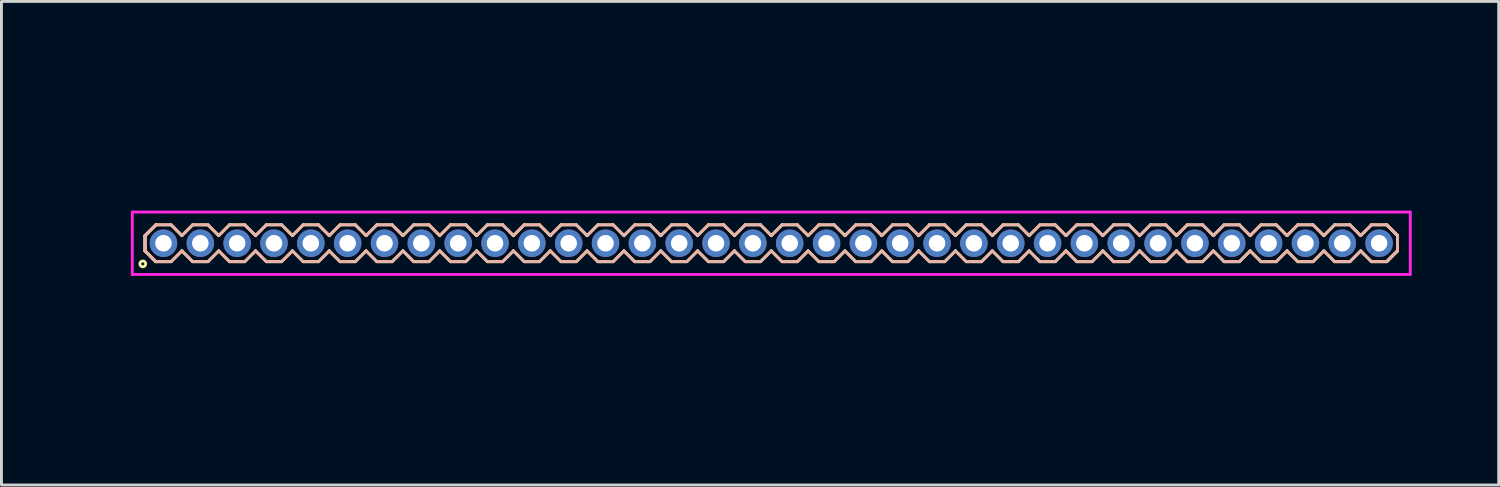
<source format=kicad_pcb>
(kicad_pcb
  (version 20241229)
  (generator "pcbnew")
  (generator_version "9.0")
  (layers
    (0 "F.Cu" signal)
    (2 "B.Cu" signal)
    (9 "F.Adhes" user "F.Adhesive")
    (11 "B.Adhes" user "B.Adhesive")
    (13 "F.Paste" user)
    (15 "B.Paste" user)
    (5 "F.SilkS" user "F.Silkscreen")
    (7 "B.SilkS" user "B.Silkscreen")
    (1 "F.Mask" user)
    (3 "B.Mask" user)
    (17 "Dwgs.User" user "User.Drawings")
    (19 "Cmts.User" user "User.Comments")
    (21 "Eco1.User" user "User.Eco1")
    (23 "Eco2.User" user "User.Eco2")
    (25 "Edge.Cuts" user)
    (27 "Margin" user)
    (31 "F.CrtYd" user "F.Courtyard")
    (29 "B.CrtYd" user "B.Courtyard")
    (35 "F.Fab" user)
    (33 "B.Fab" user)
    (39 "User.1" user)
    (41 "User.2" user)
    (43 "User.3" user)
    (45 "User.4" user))
  (footprint "HDR127P34x1"
    (layer "F.Cu")
    (at 23.541 5.336)
    (property "Reference" "HDR127P34x1" (at -22.78 0 90) (layer "User.1") (effects (font (size 1 1) (thickness 0.1))))
    (attr through_hole)
    (fp_line (start -21.59 -0.263) (end -21.218 -0.635) (stroke (width 0.1) (type solid)) (layer "F.SilkS"))
    (fp_line (start -21.59 -0.263) (end -21.218 -0.635) (stroke (width 0.1) (type solid)) (layer "F.SilkS"))
    (fp_line (start -21.59 0.263) (end -21.59 -0.263) (stroke (width 0.1) (type solid)) (layer "F.SilkS"))
    (fp_line (start -21.59 0.263) (end -21.59 -0.263) (stroke (width 0.1) (type solid)) (layer "F.SilkS"))
    (fp_line (start -21.218 -0.635) (end -20.692 -0.635) (stroke (width 0.1) (type solid)) (layer "F.SilkS"))
    (fp_line (start -21.218 0.635) (end -21.59 0.263) (stroke (width 0.1) (type solid)) (layer "F.SilkS"))
    (fp_line (start -21.218 0.635) (end -21.59 0.263) (stroke (width 0.1) (type solid)) (layer "F.SilkS"))
    (fp_line (start -20.692 -0.635) (end -20.32 -0.263) (stroke (width 0.1) (type solid)) (layer "F.SilkS"))
    (fp_line (start -20.692 0.635) (end -21.218 0.635) (stroke (width 0.1) (type solid)) (layer "F.SilkS"))
    (fp_line (start -20.32 -0.263) (end -19.948 -0.635) (stroke (width 0.1) (type solid)) (layer "F.SilkS"))
    (fp_line (start -20.32 0.263) (end -20.692 0.635) (stroke (width 0.1) (type solid)) (layer "F.SilkS"))
    (fp_line (start -19.948 -0.635) (end -19.422 -0.635) (stroke (width 0.1) (type solid)) (layer "F.SilkS"))
    (fp_line (start -19.948 0.635) (end -20.32 0.263) (stroke (width 0.1) (type solid)) (layer "F.SilkS"))
    (fp_line (start -19.422 -0.635) (end -19.05 -0.263) (stroke (width 0.1) (type solid)) (layer "F.SilkS"))
    (fp_line (start -19.422 0.635) (end -19.948 0.635) (stroke (width 0.1) (type solid)) (layer "F.SilkS"))
    (fp_line (start -19.05 -0.263) (end -18.678 -0.635) (stroke (width 0.1) (type solid)) (layer "F.SilkS"))
    (fp_line (start -19.05 0.263) (end -19.422 0.635) (stroke (width 0.1) (type solid)) (layer "F.SilkS"))
    (fp_line (start -18.678 -0.635) (end -18.152 -0.635) (stroke (width 0.1) (type solid)) (layer "F.SilkS"))
    (fp_line (start -18.678 0.635) (end -19.05 0.263) (stroke (width 0.1) (type solid)) (layer "F.SilkS"))
    (fp_line (start -18.152 -0.635) (end -17.78 -0.263) (stroke (width 0.1) (type solid)) (layer "F.SilkS"))
    (fp_line (start -18.152 0.635) (end -18.678 0.635) (stroke (width 0.1) (type solid)) (layer "F.SilkS"))
    (fp_line (start -17.78 -0.263) (end -17.408 -0.635) (stroke (width 0.1) (type solid)) (layer "F.SilkS"))
    (fp_line (start -17.78 0.263) (end -18.152 0.635) (stroke (width 0.1) (type solid)) (layer "F.SilkS"))
    (fp_line (start -17.408 -0.635) (end -16.882 -0.635) (stroke (width 0.1) (type solid)) (layer "F.SilkS"))
    (fp_line (start -17.408 0.635) (end -17.78 0.263) (stroke (width 0.1) (type solid)) (layer "F.SilkS"))
    (fp_line (start -16.882 -0.635) (end -16.51 -0.263) (stroke (width 0.1) (type solid)) (layer "F.SilkS"))
    (fp_line (start -16.882 0.635) (end -17.408 0.635) (stroke (width 0.1) (type solid)) (layer "F.SilkS"))
    (fp_line (start -16.51 -0.263) (end -16.138 -0.635) (stroke (width 0.1) (type solid)) (layer "F.SilkS"))
    (fp_line (start -16.51 0.263) (end -16.882 0.635) (stroke (width 0.1) (type solid)) (layer "F.SilkS"))
    (fp_line (start -16.138 -0.635) (end -15.612 -0.635) (stroke (width 0.1) (type solid)) (layer "F.SilkS"))
    (fp_line (start -16.138 0.635) (end -16.51 0.263) (stroke (width 0.1) (type solid)) (layer "F.SilkS"))
    (fp_line (start -15.612 -0.635) (end -15.24 -0.263) (stroke (width 0.1) (type solid)) (layer "F.SilkS"))
    (fp_line (start -15.612 0.635) (end -16.138 0.635) (stroke (width 0.1) (type solid)) (layer "F.SilkS"))
    (fp_line (start -15.24 -0.263) (end -14.868 -0.635) (stroke (width 0.1) (type solid)) (layer "F.SilkS"))
    (fp_line (start -15.24 0.263) (end -15.612 0.635) (stroke (width 0.1) (type solid)) (layer "F.SilkS"))
    (fp_line (start -14.868 -0.635) (end -14.342 -0.635) (stroke (width 0.1) (type solid)) (layer "F.SilkS"))
    (fp_line (start -14.868 0.635) (end -15.24 0.263) (stroke (width 0.1) (type solid)) (layer "F.SilkS"))
    (fp_line (start -14.342 -0.635) (end -13.97 -0.263) (stroke (width 0.1) (type solid)) (layer "F.SilkS"))
    (fp_line (start -14.342 0.635) (end -14.868 0.635) (stroke (width 0.1) (type solid)) (layer "F.SilkS"))
    (fp_line (start -13.97 -0.263) (end -13.598 -0.635) (stroke (width 0.1) (type solid)) (layer "F.SilkS"))
    (fp_line (start -13.97 0.263) (end -14.342 0.635) (stroke (width 0.1) (type solid)) (layer "F.SilkS"))
    (fp_line (start -13.598 -0.635) (end -13.072 -0.635) (stroke (width 0.1) (type solid)) (layer "F.SilkS"))
    (fp_line (start -13.598 0.635) (end -13.97 0.263) (stroke (width 0.1) (type solid)) (layer "F.SilkS"))
    (fp_line (start -13.072 -0.635) (end -12.7 -0.263) (stroke (width 0.1) (type solid)) (layer "F.SilkS"))
    (fp_line (start -13.072 0.635) (end -13.598 0.635) (stroke (width 0.1) (type solid)) (layer "F.SilkS"))
    (fp_line (start -12.7 -0.263) (end -12.328 -0.635) (stroke (width 0.1) (type solid)) (layer "F.SilkS"))
    (fp_line (start -12.7 0.263) (end -13.072 0.635) (stroke (width 0.1) (type solid)) (layer "F.SilkS"))
    (fp_line (start -12.328 -0.635) (end -11.802 -0.635) (stroke (width 0.1) (type solid)) (layer "F.SilkS"))
    (fp_line (start -12.328 0.635) (end -12.7 0.263) (stroke (width 0.1) (type solid)) (layer "F.SilkS"))
    (fp_line (start -11.802 -0.635) (end -11.43 -0.263) (stroke (width 0.1) (type solid)) (layer "F.SilkS"))
    (fp_line (start -11.802 0.635) (end -12.328 0.635) (stroke (width 0.1) (type solid)) (layer "F.SilkS"))
    (fp_line (start -11.43 -0.263) (end -11.058 -0.635) (stroke (width 0.1) (type solid)) (layer "F.SilkS"))
    (fp_line (start -11.43 0.263) (end -11.802 0.635) (stroke (width 0.1) (type solid)) (layer "F.SilkS"))
    (fp_line (start -11.058 -0.635) (end -10.532 -0.635) (stroke (width 0.1) (type solid)) (layer "F.SilkS"))
    (fp_line (start -11.058 0.635) (end -11.43 0.263) (stroke (width 0.1) (type solid)) (layer "F.SilkS"))
    (fp_line (start -10.532 -0.635) (end -10.16 -0.263) (stroke (width 0.1) (type solid)) (layer "F.SilkS"))
    (fp_line (start -10.532 0.635) (end -11.058 0.635) (stroke (width 0.1) (type solid)) (layer "F.SilkS"))
    (fp_line (start -10.16 -0.263) (end -9.788 -0.635) (stroke (width 0.1) (type solid)) (layer "F.SilkS"))
    (fp_line (start -10.16 0.263) (end -10.532 0.635) (stroke (width 0.1) (type solid)) (layer "F.SilkS"))
    (fp_line (start -9.788 -0.635) (end -9.262 -0.635) (stroke (width 0.1) (type solid)) (layer "F.SilkS"))
    (fp_line (start -9.788 0.635) (end -10.16 0.263) (stroke (width 0.1) (type solid)) (layer "F.SilkS"))
    (fp_line (start -9.262 -0.635) (end -8.89 -0.263) (stroke (width 0.1) (type solid)) (layer "F.SilkS"))
    (fp_line (start -9.262 0.635) (end -9.788 0.635) (stroke (width 0.1) (type solid)) (layer "F.SilkS"))
    (fp_line (start -8.89 -0.263) (end -8.518 -0.635) (stroke (width 0.1) (type solid)) (layer "F.SilkS"))
    (fp_line (start -8.89 0.263) (end -9.262 0.635) (stroke (width 0.1) (type solid)) (layer "F.SilkS"))
    (fp_line (start -8.518 -0.635) (end -7.992 -0.635) (stroke (width 0.1) (type solid)) (layer "F.SilkS"))
    (fp_line (start -8.518 0.635) (end -8.89 0.263) (stroke (width 0.1) (type solid)) (layer "F.SilkS"))
    (fp_line (start -7.992 -0.635) (end -7.62 -0.263) (stroke (width 0.1) (type solid)) (layer "F.SilkS"))
    (fp_line (start -7.992 0.635) (end -8.518 0.635) (stroke (width 0.1) (type solid)) (layer "F.SilkS"))
    (fp_line (start -7.62 -0.263) (end -7.248 -0.635) (stroke (width 0.1) (type solid)) (layer "F.SilkS"))
    (fp_line (start -7.62 0.263) (end -7.992 0.635) (stroke (width 0.1) (type solid)) (layer "F.SilkS"))
    (fp_line (start -7.248 -0.635) (end -6.722 -0.635) (stroke (width 0.1) (type solid)) (layer "F.SilkS"))
    (fp_line (start -7.248 0.635) (end -7.62 0.263) (stroke (width 0.1) (type solid)) (layer "F.SilkS"))
    (fp_line (start -6.722 -0.635) (end -6.35 -0.263) (stroke (width 0.1) (type solid)) (layer "F.SilkS"))
    (fp_line (start -6.722 0.635) (end -7.248 0.635) (stroke (width 0.1) (type solid)) (layer "F.SilkS"))
    (fp_line (start -6.35 -0.263) (end -5.978 -0.635) (stroke (width 0.1) (type solid)) (layer "F.SilkS"))
    (fp_line (start -6.35 0.263) (end -6.722 0.635) (stroke (width 0.1) (type solid)) (layer "F.SilkS"))
    (fp_line (start -5.978 -0.635) (end -5.452 -0.635) (stroke (width 0.1) (type solid)) (layer "F.SilkS"))
    (fp_line (start -5.978 0.635) (end -6.35 0.263) (stroke (width 0.1) (type solid)) (layer "F.SilkS"))
    (fp_line (start -5.452 -0.635) (end -5.08 -0.263) (stroke (width 0.1) (type solid)) (layer "F.SilkS"))
    (fp_line (start -5.452 0.635) (end -5.978 0.635) (stroke (width 0.1) (type solid)) (layer "F.SilkS"))
    (fp_line (start -5.08 -0.263) (end -4.708 -0.635) (stroke (width 0.1) (type solid)) (layer "F.SilkS"))
    (fp_line (start -5.08 0.263) (end -5.452 0.635) (stroke (width 0.1) (type solid)) (layer "F.SilkS"))
    (fp_line (start -4.708 -0.635) (end -4.182 -0.635) (stroke (width 0.1) (type solid)) (layer "F.SilkS"))
    (fp_line (start -4.708 0.635) (end -5.08 0.263) (stroke (width 0.1) (type solid)) (layer "F.SilkS"))
    (fp_line (start -4.182 -0.635) (end -3.81 -0.263) (stroke (width 0.1) (type solid)) (layer "F.SilkS"))
    (fp_line (start -4.182 0.635) (end -4.708 0.635) (stroke (width 0.1) (type solid)) (layer "F.SilkS"))
    (fp_line (start -3.81 -0.263) (end -3.438 -0.635) (stroke (width 0.1) (type solid)) (layer "F.SilkS"))
    (fp_line (start -3.81 0.263) (end -4.182 0.635) (stroke (width 0.1) (type solid)) (layer "F.SilkS"))
    (fp_line (start -3.438 -0.635) (end -2.912 -0.635) (stroke (width 0.1) (type solid)) (layer "F.SilkS"))
    (fp_line (start -3.438 0.635) (end -3.81 0.263) (stroke (width 0.1) (type solid)) (layer "F.SilkS"))
    (fp_line (start -2.912 -0.635) (end -2.54 -0.263) (stroke (width 0.1) (type solid)) (layer "F.SilkS"))
    (fp_line (start -2.912 0.635) (end -3.438 0.635) (stroke (width 0.1) (type solid)) (layer "F.SilkS"))
    (fp_line (start -2.54 -0.263) (end -2.168 -0.635) (stroke (width 0.1) (type solid)) (layer "F.SilkS"))
    (fp_line (start -2.54 0.263) (end -2.912 0.635) (stroke (width 0.1) (type solid)) (layer "F.SilkS"))
    (fp_line (start -2.168 -0.635) (end -1.642 -0.635) (stroke (width 0.1) (type solid)) (layer "F.SilkS"))
    (fp_line (start -2.168 0.635) (end -2.54 0.263) (stroke (width 0.1) (type solid)) (layer "F.SilkS"))
    (fp_line (start -1.642 -0.635) (end -1.27 -0.263) (stroke (width 0.1) (type solid)) (layer "F.SilkS"))
    (fp_line (start -1.642 0.635) (end -2.168 0.635) (stroke (width 0.1) (type solid)) (layer "F.SilkS"))
    (fp_line (start -1.27 -0.263) (end -0.898 -0.635) (stroke (width 0.1) (type solid)) (layer "F.SilkS"))
    (fp_line (start -1.27 0.263) (end -1.642 0.635) (stroke (width 0.1) (type solid)) (layer "F.SilkS"))
    (fp_line (start -0.898 -0.635) (end -0.372 -0.635) (stroke (width 0.1) (type solid)) (layer "F.SilkS"))
    (fp_line (start -0.898 0.635) (end -1.27 0.263) (stroke (width 0.1) (type solid)) (layer "F.SilkS"))
    (fp_line (start -0.372 -0.635) (end 0 -0.263) (stroke (width 0.1) (type solid)) (layer "F.SilkS"))
    (fp_line (start -0.372 0.635) (end -0.898 0.635) (stroke (width 0.1) (type solid)) (layer "F.SilkS"))
    (fp_line (start 0 -0.263) (end 0.372 -0.635) (stroke (width 0.1) (type solid)) (layer "F.SilkS"))
    (fp_line (start 0 0.263) (end -0.372 0.635) (stroke (width 0.1) (type solid)) (layer "F.SilkS"))
    (fp_line (start 0.372 -0.635) (end 0.898 -0.635) (stroke (width 0.1) (type solid)) (layer "F.SilkS"))
    (fp_line (start 0.372 0.635) (end 0 0.263) (stroke (width 0.1) (type solid)) (layer "F.SilkS"))
    (fp_line (start 0.898 -0.635) (end 1.27 -0.263) (stroke (width 0.1) (type solid)) (layer "F.SilkS"))
    (fp_line (start 0.898 0.635) (end 0.372 0.635) (stroke (width 0.1) (type solid)) (layer "F.SilkS"))
    (fp_line (start 1.27 -0.263) (end 1.642 -0.635) (stroke (width 0.1) (type solid)) (layer "F.SilkS"))
    (fp_line (start 1.27 0.263) (end 0.898 0.635) (stroke (width 0.1) (type solid)) (layer "F.SilkS"))
    (fp_line (start 1.642 -0.635) (end 2.168 -0.635) (stroke (width 0.1) (type solid)) (layer "F.SilkS"))
    (fp_line (start 1.642 0.635) (end 1.27 0.263) (stroke (width 0.1) (type solid)) (layer "F.SilkS"))
    (fp_line (start 2.168 -0.635) (end 2.54 -0.263) (stroke (width 0.1) (type solid)) (layer "F.SilkS"))
    (fp_line (start 2.168 0.635) (end 1.642 0.635) (stroke (width 0.1) (type solid)) (layer "F.SilkS"))
    (fp_line (start 2.54 -0.263) (end 2.912 -0.635) (stroke (width 0.1) (type solid)) (layer "F.SilkS"))
    (fp_line (start 2.54 0.263) (end 2.168 0.635) (stroke (width 0.1) (type solid)) (layer "F.SilkS"))
    (fp_line (start 2.912 -0.635) (end 3.438 -0.635) (stroke (width 0.1) (type solid)) (layer "F.SilkS"))
    (fp_line (start 2.912 0.635) (end 2.54 0.263) (stroke (width 0.1) (type solid)) (layer "F.SilkS"))
    (fp_line (start 3.438 -0.635) (end 3.81 -0.263) (stroke (width 0.1) (type solid)) (layer "F.SilkS"))
    (fp_line (start 3.438 0.635) (end 2.912 0.635) (stroke (width 0.1) (type solid)) (layer "F.SilkS"))
    (fp_line (start 3.81 -0.263) (end 4.182 -0.635) (stroke (width 0.1) (type solid)) (layer "F.SilkS"))
    (fp_line (start 3.81 0.263) (end 3.438 0.635) (stroke (width 0.1) (type solid)) (layer "F.SilkS"))
    (fp_line (start 4.182 -0.635) (end 4.708 -0.635) (stroke (width 0.1) (type solid)) (layer "F.SilkS"))
    (fp_line (start 4.182 0.635) (end 3.81 0.263) (stroke (width 0.1) (type solid)) (layer "F.SilkS"))
    (fp_line (start 4.708 -0.635) (end 5.08 -0.263) (stroke (width 0.1) (type solid)) (layer "F.SilkS"))
    (fp_line (start 4.708 0.635) (end 4.182 0.635) (stroke (width 0.1) (type solid)) (layer "F.SilkS"))
    (fp_line (start 5.08 -0.263) (end 5.452 -0.635) (stroke (width 0.1) (type solid)) (layer "F.SilkS"))
    (fp_line (start 5.08 0.263) (end 4.708 0.635) (stroke (width 0.1) (type solid)) (layer "F.SilkS"))
    (fp_line (start 5.452 -0.635) (end 5.978 -0.635) (stroke (width 0.1) (type solid)) (layer "F.SilkS"))
    (fp_line (start 5.452 0.635) (end 5.08 0.263) (stroke (width 0.1) (type solid)) (layer "F.SilkS"))
    (fp_line (start 5.978 -0.635) (end 6.35 -0.263) (stroke (width 0.1) (type solid)) (layer "F.SilkS"))
    (fp_line (start 5.978 0.635) (end 5.452 0.635) (stroke (width 0.1) (type solid)) (layer "F.SilkS"))
    (fp_line (start 6.35 -0.263) (end 6.722 -0.635) (stroke (width 0.1) (type solid)) (layer "F.SilkS"))
    (fp_line (start 6.35 0.263) (end 5.978 0.635) (stroke (width 0.1) (type solid)) (layer "F.SilkS"))
    (fp_line (start 6.722 -0.635) (end 7.248 -0.635) (stroke (width 0.1) (type solid)) (layer "F.SilkS"))
    (fp_line (start 6.722 0.635) (end 6.35 0.263) (stroke (width 0.1) (type solid)) (layer "F.SilkS"))
    (fp_line (start 7.248 -0.635) (end 7.62 -0.263) (stroke (width 0.1) (type solid)) (layer "F.SilkS"))
    (fp_line (start 7.248 0.635) (end 6.722 0.635) (stroke (width 0.1) (type solid)) (layer "F.SilkS"))
    (fp_line (start 7.62 -0.263) (end 7.992 -0.635) (stroke (width 0.1) (type solid)) (layer "F.SilkS"))
    (fp_line (start 7.62 0.263) (end 7.248 0.635) (stroke (width 0.1) (type solid)) (layer "F.SilkS"))
    (fp_line (start 7.992 -0.635) (end 8.518 -0.635) (stroke (width 0.1) (type solid)) (layer "F.SilkS"))
    (fp_line (start 7.992 0.635) (end 7.62 0.263) (stroke (width 0.1) (type solid)) (layer "F.SilkS"))
    (fp_line (start 8.518 -0.635) (end 8.89 -0.263) (stroke (width 0.1) (type solid)) (layer "F.SilkS"))
    (fp_line (start 8.518 0.635) (end 7.992 0.635) (stroke (width 0.1) (type solid)) (layer "F.SilkS"))
    (fp_line (start 8.89 -0.263) (end 9.262 -0.635) (stroke (width 0.1) (type solid)) (layer "F.SilkS"))
    (fp_line (start 8.89 0.263) (end 8.518 0.635) (stroke (width 0.1) (type solid)) (layer "F.SilkS"))
    (fp_line (start 9.262 -0.635) (end 9.788 -0.635) (stroke (width 0.1) (type solid)) (layer "F.SilkS"))
    (fp_line (start 9.262 0.635) (end 8.89 0.263) (stroke (width 0.1) (type solid)) (layer "F.SilkS"))
    (fp_line (start 9.788 -0.635) (end 10.16 -0.263) (stroke (width 0.1) (type solid)) (layer "F.SilkS"))
    (fp_line (start 9.788 0.635) (end 9.262 0.635) (stroke (width 0.1) (type solid)) (layer "F.SilkS"))
    (fp_line (start 10.16 -0.263) (end 10.532 -0.635) (stroke (width 0.1) (type solid)) (layer "F.SilkS"))
    (fp_line (start 10.16 0.263) (end 9.788 0.635) (stroke (width 0.1) (type solid)) (layer "F.SilkS"))
    (fp_line (start 10.532 -0.635) (end 11.058 -0.635) (stroke (width 0.1) (type solid)) (layer "F.SilkS"))
    (fp_line (start 10.532 0.635) (end 10.16 0.263) (stroke (width 0.1) (type solid)) (layer "F.SilkS"))
    (fp_line (start 11.058 -0.635) (end 11.43 -0.263) (stroke (width 0.1) (type solid)) (layer "F.SilkS"))
    (fp_line (start 11.058 0.635) (end 10.532 0.635) (stroke (width 0.1) (type solid)) (layer "F.SilkS"))
    (fp_line (start 11.43 -0.263) (end 11.802 -0.635) (stroke (width 0.1) (type solid)) (layer "F.SilkS"))
    (fp_line (start 11.43 0.263) (end 11.058 0.635) (stroke (width 0.1) (type solid)) (layer "F.SilkS"))
    (fp_line (start 11.802 -0.635) (end 12.328 -0.635) (stroke (width 0.1) (type solid)) (layer "F.SilkS"))
    (fp_line (start 11.802 0.635) (end 11.43 0.263) (stroke (width 0.1) (type solid)) (layer "F.SilkS"))
    (fp_line (start 12.328 -0.635) (end 12.7 -0.263) (stroke (width 0.1) (type solid)) (layer "F.SilkS"))
    (fp_line (start 12.328 0.635) (end 11.802 0.635) (stroke (width 0.1) (type solid)) (layer "F.SilkS"))
    (fp_line (start 12.7 -0.263) (end 13.072 -0.635) (stroke (width 0.1) (type solid)) (layer "F.SilkS"))
    (fp_line (start 12.7 0.263) (end 12.328 0.635) (stroke (width 0.1) (type solid)) (layer "F.SilkS"))
    (fp_line (start 13.072 -0.635) (end 13.598 -0.635) (stroke (width 0.1) (type solid)) (layer "F.SilkS"))
    (fp_line (start 13.072 0.635) (end 12.7 0.263) (stroke (width 0.1) (type solid)) (layer "F.SilkS"))
    (fp_line (start 13.598 -0.635) (end 13.97 -0.263) (stroke (width 0.1) (type solid)) (layer "F.SilkS"))
    (fp_line (start 13.598 0.635) (end 13.072 0.635) (stroke (width 0.1) (type solid)) (layer "F.SilkS"))
    (fp_line (start 13.97 -0.263) (end 14.342 -0.635) (stroke (width 0.1) (type solid)) (layer "F.SilkS"))
    (fp_line (start 13.97 0.263) (end 13.598 0.635) (stroke (width 0.1) (type solid)) (layer "F.SilkS"))
    (fp_line (start 14.342 -0.635) (end 14.868 -0.635) (stroke (width 0.1) (type solid)) (layer "F.SilkS"))
    (fp_line (start 14.342 0.635) (end 13.97 0.263) (stroke (width 0.1) (type solid)) (layer "F.SilkS"))
    (fp_line (start 14.868 -0.635) (end 15.24 -0.263) (stroke (width 0.1) (type solid)) (layer "F.SilkS"))
    (fp_line (start 14.868 0.635) (end 14.342 0.635) (stroke (width 0.1) (type solid)) (layer "F.SilkS"))
    (fp_line (start 15.24 -0.263) (end 15.612 -0.635) (stroke (width 0.1) (type solid)) (layer "F.SilkS"))
    (fp_line (start 15.24 0.263) (end 14.868 0.635) (stroke (width 0.1) (type solid)) (layer "F.SilkS"))
    (fp_line (start 15.612 -0.635) (end 16.138 -0.635) (stroke (width 0.1) (type solid)) (layer "F.SilkS"))
    (fp_line (start 15.612 0.635) (end 15.24 0.263) (stroke (width 0.1) (type solid)) (layer "F.SilkS"))
    (fp_line (start 16.138 -0.635) (end 16.51 -0.263) (stroke (width 0.1) (type solid)) (layer "F.SilkS"))
    (fp_line (start 16.138 0.635) (end 15.612 0.635) (stroke (width 0.1) (type solid)) (layer "F.SilkS"))
    (fp_line (start 16.51 -0.263) (end 16.882 -0.635) (stroke (width 0.1) (type solid)) (layer "F.SilkS"))
    (fp_line (start 16.51 0.263) (end 16.138 0.635) (stroke (width 0.1) (type solid)) (layer "F.SilkS"))
    (fp_line (start 16.882 -0.635) (end 17.408 -0.635) (stroke (width 0.1) (type solid)) (layer "F.SilkS"))
    (fp_line (start 16.882 0.635) (end 16.51 0.263) (stroke (width 0.1) (type solid)) (layer "F.SilkS"))
    (fp_line (start 17.408 -0.635) (end 17.78 -0.263) (stroke (width 0.1) (type solid)) (layer "F.SilkS"))
    (fp_line (start 17.408 0.635) (end 16.882 0.635) (stroke (width 0.1) (type solid)) (layer "F.SilkS"))
    (fp_line (start 17.78 -0.263) (end 18.152 -0.635) (stroke (width 0.1) (type solid)) (layer "F.SilkS"))
    (fp_line (start 17.78 0.263) (end 17.408 0.635) (stroke (width 0.1) (type solid)) (layer "F.SilkS"))
    (fp_line (start 18.152 -0.635) (end 18.678 -0.635) (stroke (width 0.1) (type solid)) (layer "F.SilkS"))
    (fp_line (start 18.152 0.635) (end 17.78 0.263) (stroke (width 0.1) (type solid)) (layer "F.SilkS"))
    (fp_line (start 18.678 -0.635) (end 19.05 -0.263) (stroke (width 0.1) (type solid)) (layer "F.SilkS"))
    (fp_line (start 18.678 0.635) (end 18.152 0.635) (stroke (width 0.1) (type solid)) (layer "F.SilkS"))
    (fp_line (start 19.05 -0.263) (end 19.422 -0.635) (stroke (width 0.1) (type solid)) (layer "F.SilkS"))
    (fp_line (start 19.05 0.263) (end 18.678 0.635) (stroke (width 0.1) (type solid)) (layer "F.SilkS"))
    (fp_line (start 19.422 -0.635) (end 19.948 -0.635) (stroke (width 0.1) (type solid)) (layer "F.SilkS"))
    (fp_line (start 19.422 0.635) (end 19.05 0.263) (stroke (width 0.1) (type solid)) (layer "F.SilkS"))
    (fp_line (start 19.948 -0.635) (end 20.32 -0.263) (stroke (width 0.1) (type solid)) (layer "F.SilkS"))
    (fp_line (start 19.948 0.635) (end 19.422 0.635) (stroke (width 0.1) (type solid)) (layer "F.SilkS"))
    (fp_line (start 20.32 -0.263) (end 20.692 -0.635) (stroke (width 0.1) (type solid)) (layer "F.SilkS"))
    (fp_line (start 20.32 0.263) (end 19.948 0.635) (stroke (width 0.1) (type solid)) (layer "F.SilkS"))
    (fp_line (start 20.692 -0.635) (end 21.218 -0.635) (stroke (width 0.1) (type solid)) (layer "F.SilkS"))
    (fp_line (start 20.692 0.635) (end 20.32 0.263) (stroke (width 0.1) (type solid)) (layer "F.SilkS"))
    (fp_line (start 21.218 -0.635) (end 21.59 -0.263) (stroke (width 0.1) (type solid)) (layer "F.SilkS"))
    (fp_line (start 21.218 -0.635) (end 21.59 -0.263) (stroke (width 0.1) (type solid)) (layer "F.SilkS"))
    (fp_line (start 21.218 0.635) (end 20.692 0.635) (stroke (width 0.1) (type solid)) (layer "F.SilkS"))
    (fp_line (start 21.59 -0.263) (end 21.59 0.263) (stroke (width 0.1) (type solid)) (layer "F.SilkS"))
    (fp_line (start 21.59 -0.263) (end 21.59 0.263) (stroke (width 0.1) (type solid)) (layer "F.SilkS"))
    (fp_line (start 21.59 0.263) (end 21.218 0.635) (stroke (width 0.1) (type solid)) (layer "F.SilkS"))
    (fp_line (start 21.59 0.263) (end 21.218 0.635) (stroke (width 0.1) (type solid)) (layer "F.SilkS"))
    (fp_circle (center -21.668 0.712) (end -21.568 0.712) (stroke (width 0.1) (type solid)) (fill no) (layer "F.SilkS"))
    (fp_line (start -21.59 -0.263) (end -21.218 -0.635) (stroke (width 0.1) (type solid)) (layer "B.SilkS"))
    (fp_line (start -21.59 -0.263) (end -21.218 -0.635) (stroke (width 0.1) (type solid)) (layer "B.SilkS"))
    (fp_line (start -21.59 0.263) (end -21.59 -0.263) (stroke (width 0.1) (type solid)) (layer "B.SilkS"))
    (fp_line (start -21.59 0.263) (end -21.59 -0.263) (stroke (width 0.1) (type solid)) (layer "B.SilkS"))
    (fp_line (start -21.218 -0.635) (end -20.692 -0.635) (stroke (width 0.1) (type solid)) (layer "B.SilkS"))
    (fp_line (start -21.218 0.635) (end -21.59 0.263) (stroke (width 0.1) (type solid)) (layer "B.SilkS"))
    (fp_line (start -21.218 0.635) (end -21.59 0.263) (stroke (width 0.1) (type solid)) (layer "B.SilkS"))
    (fp_line (start -20.692 -0.635) (end -20.32 -0.263) (stroke (width 0.1) (type solid)) (layer "B.SilkS"))
    (fp_line (start -20.692 0.635) (end -21.218 0.635) (stroke (width 0.1) (type solid)) (layer "B.SilkS"))
    (fp_line (start -20.32 -0.263) (end -19.948 -0.635) (stroke (width 0.1) (type solid)) (layer "B.SilkS"))
    (fp_line (start -20.32 0.263) (end -20.692 0.635) (stroke (width 0.1) (type solid)) (layer "B.SilkS"))
    (fp_line (start -19.948 -0.635) (end -19.422 -0.635) (stroke (width 0.1) (type solid)) (layer "B.SilkS"))
    (fp_line (start -19.948 0.635) (end -20.32 0.263) (stroke (width 0.1) (type solid)) (layer "B.SilkS"))
    (fp_line (start -19.422 -0.635) (end -19.05 -0.263) (stroke (width 0.1) (type solid)) (layer "B.SilkS"))
    (fp_line (start -19.422 0.635) (end -19.948 0.635) (stroke (width 0.1) (type solid)) (layer "B.SilkS"))
    (fp_line (start -19.05 -0.263) (end -18.678 -0.635) (stroke (width 0.1) (type solid)) (layer "B.SilkS"))
    (fp_line (start -19.05 0.263) (end -19.422 0.635) (stroke (width 0.1) (type solid)) (layer "B.SilkS"))
    (fp_line (start -18.678 -0.635) (end -18.152 -0.635) (stroke (width 0.1) (type solid)) (layer "B.SilkS"))
    (fp_line (start -18.678 0.635) (end -19.05 0.263) (stroke (width 0.1) (type solid)) (layer "B.SilkS"))
    (fp_line (start -18.152 -0.635) (end -17.78 -0.263) (stroke (width 0.1) (type solid)) (layer "B.SilkS"))
    (fp_line (start -18.152 0.635) (end -18.678 0.635) (stroke (width 0.1) (type solid)) (layer "B.SilkS"))
    (fp_line (start -17.78 -0.263) (end -17.408 -0.635) (stroke (width 0.1) (type solid)) (layer "B.SilkS"))
    (fp_line (start -17.78 0.263) (end -18.152 0.635) (stroke (width 0.1) (type solid)) (layer "B.SilkS"))
    (fp_line (start -17.408 -0.635) (end -16.882 -0.635) (stroke (width 0.1) (type solid)) (layer "B.SilkS"))
    (fp_line (start -17.408 0.635) (end -17.78 0.263) (stroke (width 0.1) (type solid)) (layer "B.SilkS"))
    (fp_line (start -16.882 -0.635) (end -16.51 -0.263) (stroke (width 0.1) (type solid)) (layer "B.SilkS"))
    (fp_line (start -16.882 0.635) (end -17.408 0.635) (stroke (width 0.1) (type solid)) (layer "B.SilkS"))
    (fp_line (start -16.51 -0.263) (end -16.138 -0.635) (stroke (width 0.1) (type solid)) (layer "B.SilkS"))
    (fp_line (start -16.51 0.263) (end -16.882 0.635) (stroke (width 0.1) (type solid)) (layer "B.SilkS"))
    (fp_line (start -16.138 -0.635) (end -15.612 -0.635) (stroke (width 0.1) (type solid)) (layer "B.SilkS"))
    (fp_line (start -16.138 0.635) (end -16.51 0.263) (stroke (width 0.1) (type solid)) (layer "B.SilkS"))
    (fp_line (start -15.612 -0.635) (end -15.24 -0.263) (stroke (width 0.1) (type solid)) (layer "B.SilkS"))
    (fp_line (start -15.612 0.635) (end -16.138 0.635) (stroke (width 0.1) (type solid)) (layer "B.SilkS"))
    (fp_line (start -15.24 -0.263) (end -14.868 -0.635) (stroke (width 0.1) (type solid)) (layer "B.SilkS"))
    (fp_line (start -15.24 0.263) (end -15.612 0.635) (stroke (width 0.1) (type solid)) (layer "B.SilkS"))
    (fp_line (start -14.868 -0.635) (end -14.342 -0.635) (stroke (width 0.1) (type solid)) (layer "B.SilkS"))
    (fp_line (start -14.868 0.635) (end -15.24 0.263) (stroke (width 0.1) (type solid)) (layer "B.SilkS"))
    (fp_line (start -14.342 -0.635) (end -13.97 -0.263) (stroke (width 0.1) (type solid)) (layer "B.SilkS"))
    (fp_line (start -14.342 0.635) (end -14.868 0.635) (stroke (width 0.1) (type solid)) (layer "B.SilkS"))
    (fp_line (start -13.97 -0.263) (end -13.598 -0.635) (stroke (width 0.1) (type solid)) (layer "B.SilkS"))
    (fp_line (start -13.97 0.263) (end -14.342 0.635) (stroke (width 0.1) (type solid)) (layer "B.SilkS"))
    (fp_line (start -13.598 -0.635) (end -13.072 -0.635) (stroke (width 0.1) (type solid)) (layer "B.SilkS"))
    (fp_line (start -13.598 0.635) (end -13.97 0.263) (stroke (width 0.1) (type solid)) (layer "B.SilkS"))
    (fp_line (start -13.072 -0.635) (end -12.7 -0.263) (stroke (width 0.1) (type solid)) (layer "B.SilkS"))
    (fp_line (start -13.072 0.635) (end -13.598 0.635) (stroke (width 0.1) (type solid)) (layer "B.SilkS"))
    (fp_line (start -12.7 -0.263) (end -12.328 -0.635) (stroke (width 0.1) (type solid)) (layer "B.SilkS"))
    (fp_line (start -12.7 0.263) (end -13.072 0.635) (stroke (width 0.1) (type solid)) (layer "B.SilkS"))
    (fp_line (start -12.328 -0.635) (end -11.802 -0.635) (stroke (width 0.1) (type solid)) (layer "B.SilkS"))
    (fp_line (start -12.328 0.635) (end -12.7 0.263) (stroke (width 0.1) (type solid)) (layer "B.SilkS"))
    (fp_line (start -11.802 -0.635) (end -11.43 -0.263) (stroke (width 0.1) (type solid)) (layer "B.SilkS"))
    (fp_line (start -11.802 0.635) (end -12.328 0.635) (stroke (width 0.1) (type solid)) (layer "B.SilkS"))
    (fp_line (start -11.43 -0.263) (end -11.058 -0.635) (stroke (width 0.1) (type solid)) (layer "B.SilkS"))
    (fp_line (start -11.43 0.263) (end -11.802 0.635) (stroke (width 0.1) (type solid)) (layer "B.SilkS"))
    (fp_line (start -11.058 -0.635) (end -10.532 -0.635) (stroke (width 0.1) (type solid)) (layer "B.SilkS"))
    (fp_line (start -11.058 0.635) (end -11.43 0.263) (stroke (width 0.1) (type solid)) (layer "B.SilkS"))
    (fp_line (start -10.532 -0.635) (end -10.16 -0.263) (stroke (width 0.1) (type solid)) (layer "B.SilkS"))
    (fp_line (start -10.532 0.635) (end -11.058 0.635) (stroke (width 0.1) (type solid)) (layer "B.SilkS"))
    (fp_line (start -10.16 -0.263) (end -9.788 -0.635) (stroke (width 0.1) (type solid)) (layer "B.SilkS"))
    (fp_line (start -10.16 0.263) (end -10.532 0.635) (stroke (width 0.1) (type solid)) (layer "B.SilkS"))
    (fp_line (start -9.788 -0.635) (end -9.262 -0.635) (stroke (width 0.1) (type solid)) (layer "B.SilkS"))
    (fp_line (start -9.788 0.635) (end -10.16 0.263) (stroke (width 0.1) (type solid)) (layer "B.SilkS"))
    (fp_line (start -9.262 -0.635) (end -8.89 -0.263) (stroke (width 0.1) (type solid)) (layer "B.SilkS"))
    (fp_line (start -9.262 0.635) (end -9.788 0.635) (stroke (width 0.1) (type solid)) (layer "B.SilkS"))
    (fp_line (start -8.89 -0.263) (end -8.518 -0.635) (stroke (width 0.1) (type solid)) (layer "B.SilkS"))
    (fp_line (start -8.89 0.263) (end -9.262 0.635) (stroke (width 0.1) (type solid)) (layer "B.SilkS"))
    (fp_line (start -8.518 -0.635) (end -7.992 -0.635) (stroke (width 0.1) (type solid)) (layer "B.SilkS"))
    (fp_line (start -8.518 0.635) (end -8.89 0.263) (stroke (width 0.1) (type solid)) (layer "B.SilkS"))
    (fp_line (start -7.992 -0.635) (end -7.62 -0.263) (stroke (width 0.1) (type solid)) (layer "B.SilkS"))
    (fp_line (start -7.992 0.635) (end -8.518 0.635) (stroke (width 0.1) (type solid)) (layer "B.SilkS"))
    (fp_line (start -7.62 -0.263) (end -7.248 -0.635) (stroke (width 0.1) (type solid)) (layer "B.SilkS"))
    (fp_line (start -7.62 0.263) (end -7.992 0.635) (stroke (width 0.1) (type solid)) (layer "B.SilkS"))
    (fp_line (start -7.248 -0.635) (end -6.722 -0.635) (stroke (width 0.1) (type solid)) (layer "B.SilkS"))
    (fp_line (start -7.248 0.635) (end -7.62 0.263) (stroke (width 0.1) (type solid)) (layer "B.SilkS"))
    (fp_line (start -6.722 -0.635) (end -6.35 -0.263) (stroke (width 0.1) (type solid)) (layer "B.SilkS"))
    (fp_line (start -6.722 0.635) (end -7.248 0.635) (stroke (width 0.1) (type solid)) (layer "B.SilkS"))
    (fp_line (start -6.35 -0.263) (end -5.978 -0.635) (stroke (width 0.1) (type solid)) (layer "B.SilkS"))
    (fp_line (start -6.35 0.263) (end -6.722 0.635) (stroke (width 0.1) (type solid)) (layer "B.SilkS"))
    (fp_line (start -5.978 -0.635) (end -5.452 -0.635) (stroke (width 0.1) (type solid)) (layer "B.SilkS"))
    (fp_line (start -5.978 0.635) (end -6.35 0.263) (stroke (width 0.1) (type solid)) (layer "B.SilkS"))
    (fp_line (start -5.452 -0.635) (end -5.08 -0.263) (stroke (width 0.1) (type solid)) (layer "B.SilkS"))
    (fp_line (start -5.452 0.635) (end -5.978 0.635) (stroke (width 0.1) (type solid)) (layer "B.SilkS"))
    (fp_line (start -5.08 -0.263) (end -4.708 -0.635) (stroke (width 0.1) (type solid)) (layer "B.SilkS"))
    (fp_line (start -5.08 0.263) (end -5.452 0.635) (stroke (width 0.1) (type solid)) (layer "B.SilkS"))
    (fp_line (start -4.708 -0.635) (end -4.182 -0.635) (stroke (width 0.1) (type solid)) (layer "B.SilkS"))
    (fp_line (start -4.708 0.635) (end -5.08 0.263) (stroke (width 0.1) (type solid)) (layer "B.SilkS"))
    (fp_line (start -4.182 -0.635) (end -3.81 -0.263) (stroke (width 0.1) (type solid)) (layer "B.SilkS"))
    (fp_line (start -4.182 0.635) (end -4.708 0.635) (stroke (width 0.1) (type solid)) (layer "B.SilkS"))
    (fp_line (start -3.81 -0.263) (end -3.438 -0.635) (stroke (width 0.1) (type solid)) (layer "B.SilkS"))
    (fp_line (start -3.81 0.263) (end -4.182 0.635) (stroke (width 0.1) (type solid)) (layer "B.SilkS"))
    (fp_line (start -3.438 -0.635) (end -2.912 -0.635) (stroke (width 0.1) (type solid)) (layer "B.SilkS"))
    (fp_line (start -3.438 0.635) (end -3.81 0.263) (stroke (width 0.1) (type solid)) (layer "B.SilkS"))
    (fp_line (start -2.912 -0.635) (end -2.54 -0.263) (stroke (width 0.1) (type solid)) (layer "B.SilkS"))
    (fp_line (start -2.912 0.635) (end -3.438 0.635) (stroke (width 0.1) (type solid)) (layer "B.SilkS"))
    (fp_line (start -2.54 -0.263) (end -2.168 -0.635) (stroke (width 0.1) (type solid)) (layer "B.SilkS"))
    (fp_line (start -2.54 0.263) (end -2.912 0.635) (stroke (width 0.1) (type solid)) (layer "B.SilkS"))
    (fp_line (start -2.168 -0.635) (end -1.642 -0.635) (stroke (width 0.1) (type solid)) (layer "B.SilkS"))
    (fp_line (start -2.168 0.635) (end -2.54 0.263) (stroke (width 0.1) (type solid)) (layer "B.SilkS"))
    (fp_line (start -1.642 -0.635) (end -1.27 -0.263) (stroke (width 0.1) (type solid)) (layer "B.SilkS"))
    (fp_line (start -1.642 0.635) (end -2.168 0.635) (stroke (width 0.1) (type solid)) (layer "B.SilkS"))
    (fp_line (start -1.27 -0.263) (end -0.898 -0.635) (stroke (width 0.1) (type solid)) (layer "B.SilkS"))
    (fp_line (start -1.27 0.263) (end -1.642 0.635) (stroke (width 0.1) (type solid)) (layer "B.SilkS"))
    (fp_line (start -0.898 -0.635) (end -0.372 -0.635) (stroke (width 0.1) (type solid)) (layer "B.SilkS"))
    (fp_line (start -0.898 0.635) (end -1.27 0.263) (stroke (width 0.1) (type solid)) (layer "B.SilkS"))
    (fp_line (start -0.372 -0.635) (end 0 -0.263) (stroke (width 0.1) (type solid)) (layer "B.SilkS"))
    (fp_line (start -0.372 0.635) (end -0.898 0.635) (stroke (width 0.1) (type solid)) (layer "B.SilkS"))
    (fp_line (start 0 -0.263) (end 0.372 -0.635) (stroke (width 0.1) (type solid)) (layer "B.SilkS"))
    (fp_line (start 0 0.263) (end -0.372 0.635) (stroke (width 0.1) (type solid)) (layer "B.SilkS"))
    (fp_line (start 0.372 -0.635) (end 0.898 -0.635) (stroke (width 0.1) (type solid)) (layer "B.SilkS"))
    (fp_line (start 0.372 0.635) (end 0 0.263) (stroke (width 0.1) (type solid)) (layer "B.SilkS"))
    (fp_line (start 0.898 -0.635) (end 1.27 -0.263) (stroke (width 0.1) (type solid)) (layer "B.SilkS"))
    (fp_line (start 0.898 0.635) (end 0.372 0.635) (stroke (width 0.1) (type solid)) (layer "B.SilkS"))
    (fp_line (start 1.27 -0.263) (end 1.642 -0.635) (stroke (width 0.1) (type solid)) (layer "B.SilkS"))
    (fp_line (start 1.27 0.263) (end 0.898 0.635) (stroke (width 0.1) (type solid)) (layer "B.SilkS"))
    (fp_line (start 1.642 -0.635) (end 2.168 -0.635) (stroke (width 0.1) (type solid)) (layer "B.SilkS"))
    (fp_line (start 1.642 0.635) (end 1.27 0.263) (stroke (width 0.1) (type solid)) (layer "B.SilkS"))
    (fp_line (start 2.168 -0.635) (end 2.54 -0.263) (stroke (width 0.1) (type solid)) (layer "B.SilkS"))
    (fp_line (start 2.168 0.635) (end 1.642 0.635) (stroke (width 0.1) (type solid)) (layer "B.SilkS"))
    (fp_line (start 2.54 -0.263) (end 2.912 -0.635) (stroke (width 0.1) (type solid)) (layer "B.SilkS"))
    (fp_line (start 2.54 0.263) (end 2.168 0.635) (stroke (width 0.1) (type solid)) (layer "B.SilkS"))
    (fp_line (start 2.912 -0.635) (end 3.438 -0.635) (stroke (width 0.1) (type solid)) (layer "B.SilkS"))
    (fp_line (start 2.912 0.635) (end 2.54 0.263) (stroke (width 0.1) (type solid)) (layer "B.SilkS"))
    (fp_line (start 3.438 -0.635) (end 3.81 -0.263) (stroke (width 0.1) (type solid)) (layer "B.SilkS"))
    (fp_line (start 3.438 0.635) (end 2.912 0.635) (stroke (width 0.1) (type solid)) (layer "B.SilkS"))
    (fp_line (start 3.81 -0.263) (end 4.182 -0.635) (stroke (width 0.1) (type solid)) (layer "B.SilkS"))
    (fp_line (start 3.81 0.263) (end 3.438 0.635) (stroke (width 0.1) (type solid)) (layer "B.SilkS"))
    (fp_line (start 4.182 -0.635) (end 4.708 -0.635) (stroke (width 0.1) (type solid)) (layer "B.SilkS"))
    (fp_line (start 4.182 0.635) (end 3.81 0.263) (stroke (width 0.1) (type solid)) (layer "B.SilkS"))
    (fp_line (start 4.708 -0.635) (end 5.08 -0.263) (stroke (width 0.1) (type solid)) (layer "B.SilkS"))
    (fp_line (start 4.708 0.635) (end 4.182 0.635) (stroke (width 0.1) (type solid)) (layer "B.SilkS"))
    (fp_line (start 5.08 -0.263) (end 5.452 -0.635) (stroke (width 0.1) (type solid)) (layer "B.SilkS"))
    (fp_line (start 5.08 0.263) (end 4.708 0.635) (stroke (width 0.1) (type solid)) (layer "B.SilkS"))
    (fp_line (start 5.452 -0.635) (end 5.978 -0.635) (stroke (width 0.1) (type solid)) (layer "B.SilkS"))
    (fp_line (start 5.452 0.635) (end 5.08 0.263) (stroke (width 0.1) (type solid)) (layer "B.SilkS"))
    (fp_line (start 5.978 -0.635) (end 6.35 -0.263) (stroke (width 0.1) (type solid)) (layer "B.SilkS"))
    (fp_line (start 5.978 0.635) (end 5.452 0.635) (stroke (width 0.1) (type solid)) (layer "B.SilkS"))
    (fp_line (start 6.35 -0.263) (end 6.722 -0.635) (stroke (width 0.1) (type solid)) (layer "B.SilkS"))
    (fp_line (start 6.35 0.263) (end 5.978 0.635) (stroke (width 0.1) (type solid)) (layer "B.SilkS"))
    (fp_line (start 6.722 -0.635) (end 7.248 -0.635) (stroke (width 0.1) (type solid)) (layer "B.SilkS"))
    (fp_line (start 6.722 0.635) (end 6.35 0.263) (stroke (width 0.1) (type solid)) (layer "B.SilkS"))
    (fp_line (start 7.248 -0.635) (end 7.62 -0.263) (stroke (width 0.1) (type solid)) (layer "B.SilkS"))
    (fp_line (start 7.248 0.635) (end 6.722 0.635) (stroke (width 0.1) (type solid)) (layer "B.SilkS"))
    (fp_line (start 7.62 -0.263) (end 7.992 -0.635) (stroke (width 0.1) (type solid)) (layer "B.SilkS"))
    (fp_line (start 7.62 0.263) (end 7.248 0.635) (stroke (width 0.1) (type solid)) (layer "B.SilkS"))
    (fp_line (start 7.992 -0.635) (end 8.518 -0.635) (stroke (width 0.1) (type solid)) (layer "B.SilkS"))
    (fp_line (start 7.992 0.635) (end 7.62 0.263) (stroke (width 0.1) (type solid)) (layer "B.SilkS"))
    (fp_line (start 8.518 -0.635) (end 8.89 -0.263) (stroke (width 0.1) (type solid)) (layer "B.SilkS"))
    (fp_line (start 8.518 0.635) (end 7.992 0.635) (stroke (width 0.1) (type solid)) (layer "B.SilkS"))
    (fp_line (start 8.89 -0.263) (end 9.262 -0.635) (stroke (width 0.1) (type solid)) (layer "B.SilkS"))
    (fp_line (start 8.89 0.263) (end 8.518 0.635) (stroke (width 0.1) (type solid)) (layer "B.SilkS"))
    (fp_line (start 9.262 -0.635) (end 9.788 -0.635) (stroke (width 0.1) (type solid)) (layer "B.SilkS"))
    (fp_line (start 9.262 0.635) (end 8.89 0.263) (stroke (width 0.1) (type solid)) (layer "B.SilkS"))
    (fp_line (start 9.788 -0.635) (end 10.16 -0.263) (stroke (width 0.1) (type solid)) (layer "B.SilkS"))
    (fp_line (start 9.788 0.635) (end 9.262 0.635) (stroke (width 0.1) (type solid)) (layer "B.SilkS"))
    (fp_line (start 10.16 -0.263) (end 10.532 -0.635) (stroke (width 0.1) (type solid)) (layer "B.SilkS"))
    (fp_line (start 10.16 0.263) (end 9.788 0.635) (stroke (width 0.1) (type solid)) (layer "B.SilkS"))
    (fp_line (start 10.532 -0.635) (end 11.058 -0.635) (stroke (width 0.1) (type solid)) (layer "B.SilkS"))
    (fp_line (start 10.532 0.635) (end 10.16 0.263) (stroke (width 0.1) (type solid)) (layer "B.SilkS"))
    (fp_line (start 11.058 -0.635) (end 11.43 -0.263) (stroke (width 0.1) (type solid)) (layer "B.SilkS"))
    (fp_line (start 11.058 0.635) (end 10.532 0.635) (stroke (width 0.1) (type solid)) (layer "B.SilkS"))
    (fp_line (start 11.43 -0.263) (end 11.802 -0.635) (stroke (width 0.1) (type solid)) (layer "B.SilkS"))
    (fp_line (start 11.43 0.263) (end 11.058 0.635) (stroke (width 0.1) (type solid)) (layer "B.SilkS"))
    (fp_line (start 11.802 -0.635) (end 12.328 -0.635) (stroke (width 0.1) (type solid)) (layer "B.SilkS"))
    (fp_line (start 11.802 0.635) (end 11.43 0.263) (stroke (width 0.1) (type solid)) (layer "B.SilkS"))
    (fp_line (start 12.328 -0.635) (end 12.7 -0.263) (stroke (width 0.1) (type solid)) (layer "B.SilkS"))
    (fp_line (start 12.328 0.635) (end 11.802 0.635) (stroke (width 0.1) (type solid)) (layer "B.SilkS"))
    (fp_line (start 12.7 -0.263) (end 13.072 -0.635) (stroke (width 0.1) (type solid)) (layer "B.SilkS"))
    (fp_line (start 12.7 0.263) (end 12.328 0.635) (stroke (width 0.1) (type solid)) (layer "B.SilkS"))
    (fp_line (start 13.072 -0.635) (end 13.598 -0.635) (stroke (width 0.1) (type solid)) (layer "B.SilkS"))
    (fp_line (start 13.072 0.635) (end 12.7 0.263) (stroke (width 0.1) (type solid)) (layer "B.SilkS"))
    (fp_line (start 13.598 -0.635) (end 13.97 -0.263) (stroke (width 0.1) (type solid)) (layer "B.SilkS"))
    (fp_line (start 13.598 0.635) (end 13.072 0.635) (stroke (width 0.1) (type solid)) (layer "B.SilkS"))
    (fp_line (start 13.97 -0.263) (end 14.342 -0.635) (stroke (width 0.1) (type solid)) (layer "B.SilkS"))
    (fp_line (start 13.97 0.263) (end 13.598 0.635) (stroke (width 0.1) (type solid)) (layer "B.SilkS"))
    (fp_line (start 14.342 -0.635) (end 14.868 -0.635) (stroke (width 0.1) (type solid)) (layer "B.SilkS"))
    (fp_line (start 14.342 0.635) (end 13.97 0.263) (stroke (width 0.1) (type solid)) (layer "B.SilkS"))
    (fp_line (start 14.868 -0.635) (end 15.24 -0.263) (stroke (width 0.1) (type solid)) (layer "B.SilkS"))
    (fp_line (start 14.868 0.635) (end 14.342 0.635) (stroke (width 0.1) (type solid)) (layer "B.SilkS"))
    (fp_line (start 15.24 -0.263) (end 15.612 -0.635) (stroke (width 0.1) (type solid)) (layer "B.SilkS"))
    (fp_line (start 15.24 0.263) (end 14.868 0.635) (stroke (width 0.1) (type solid)) (layer "B.SilkS"))
    (fp_line (start 15.612 -0.635) (end 16.138 -0.635) (stroke (width 0.1) (type solid)) (layer "B.SilkS"))
    (fp_line (start 15.612 0.635) (end 15.24 0.263) (stroke (width 0.1) (type solid)) (layer "B.SilkS"))
    (fp_line (start 16.138 -0.635) (end 16.51 -0.263) (stroke (width 0.1) (type solid)) (layer "B.SilkS"))
    (fp_line (start 16.138 0.635) (end 15.612 0.635) (stroke (width 0.1) (type solid)) (layer "B.SilkS"))
    (fp_line (start 16.51 -0.263) (end 16.882 -0.635) (stroke (width 0.1) (type solid)) (layer "B.SilkS"))
    (fp_line (start 16.51 0.263) (end 16.138 0.635) (stroke (width 0.1) (type solid)) (layer "B.SilkS"))
    (fp_line (start 16.882 -0.635) (end 17.408 -0.635) (stroke (width 0.1) (type solid)) (layer "B.SilkS"))
    (fp_line (start 16.882 0.635) (end 16.51 0.263) (stroke (width 0.1) (type solid)) (layer "B.SilkS"))
    (fp_line (start 17.408 -0.635) (end 17.78 -0.263) (stroke (width 0.1) (type solid)) (layer "B.SilkS"))
    (fp_line (start 17.408 0.635) (end 16.882 0.635) (stroke (width 0.1) (type solid)) (layer "B.SilkS"))
    (fp_line (start 17.78 -0.263) (end 18.152 -0.635) (stroke (width 0.1) (type solid)) (layer "B.SilkS"))
    (fp_line (start 17.78 0.263) (end 17.408 0.635) (stroke (width 0.1) (type solid)) (layer "B.SilkS"))
    (fp_line (start 18.152 -0.635) (end 18.678 -0.635) (stroke (width 0.1) (type solid)) (layer "B.SilkS"))
    (fp_line (start 18.152 0.635) (end 17.78 0.263) (stroke (width 0.1) (type solid)) (layer "B.SilkS"))
    (fp_line (start 18.678 -0.635) (end 19.05 -0.263) (stroke (width 0.1) (type solid)) (layer "B.SilkS"))
    (fp_line (start 18.678 0.635) (end 18.152 0.635) (stroke (width 0.1) (type solid)) (layer "B.SilkS"))
    (fp_line (start 19.05 -0.263) (end 19.422 -0.635) (stroke (width 0.1) (type solid)) (layer "B.SilkS"))
    (fp_line (start 19.05 0.263) (end 18.678 0.635) (stroke (width 0.1) (type solid)) (layer "B.SilkS"))
    (fp_line (start 19.422 -0.635) (end 19.948 -0.635) (stroke (width 0.1) (type solid)) (layer "B.SilkS"))
    (fp_line (start 19.422 0.635) (end 19.05 0.263) (stroke (width 0.1) (type solid)) (layer "B.SilkS"))
    (fp_line (start 19.948 -0.635) (end 20.32 -0.263) (stroke (width 0.1) (type solid)) (layer "B.SilkS"))
    (fp_line (start 19.948 0.635) (end 19.422 0.635) (stroke (width 0.1) (type solid)) (layer "B.SilkS"))
    (fp_line (start 20.32 -0.263) (end 20.692 -0.635) (stroke (width 0.1) (type solid)) (layer "B.SilkS"))
    (fp_line (start 20.32 0.263) (end 19.948 0.635) (stroke (width 0.1) (type solid)) (layer "B.SilkS"))
    (fp_line (start 20.692 -0.635) (end 21.218 -0.635) (stroke (width 0.1) (type solid)) (layer "B.SilkS"))
    (fp_line (start 20.692 0.635) (end 20.32 0.263) (stroke (width 0.1) (type solid)) (layer "B.SilkS"))
    (fp_line (start 21.218 -0.635) (end 21.59 -0.263) (stroke (width 0.1) (type solid)) (layer "B.SilkS"))
    (fp_line (start 21.218 -0.635) (end 21.59 -0.263) (stroke (width 0.1) (type solid)) (layer "B.SilkS"))
    (fp_line (start 21.218 0.635) (end 20.692 0.635) (stroke (width 0.1) (type solid)) (layer "B.SilkS"))
    (fp_line (start 21.59 -0.263) (end 21.59 0.263) (stroke (width 0.1) (type solid)) (layer "B.SilkS"))
    (fp_line (start 21.59 -0.263) (end 21.59 0.263) (stroke (width 0.1) (type solid)) (layer "B.SilkS"))
    (fp_line (start 21.59 0.263) (end 21.218 0.635) (stroke (width 0.1) (type solid)) (layer "B.SilkS"))
    (fp_line (start 21.59 0.263) (end 21.218 0.635) (stroke (width 0.1) (type solid)) (layer "B.SilkS"))
    (fp_line (start -22.03 -1.075) (end -22.03 1.075) (stroke (width 0.1) (type solid)) (layer "F.CrtYd"))
    (fp_line (start -22.03 1.075) (end 22.03 1.075) (stroke (width 0.1) (type solid)) (layer "F.CrtYd"))
    (fp_line (start 22.03 -1.075) (end -22.03 -1.075) (stroke (width 0.1) (type solid)) (layer "F.CrtYd"))
    (fp_line (start 22.03 1.075) (end 22.03 -1.075) (stroke (width 0.1) (type solid)) (layer "F.CrtYd"))
    (pad "1" thru_hole oval (at -20.955 0) (size 0.95 0.95) (drill 0.57) (layers "*.Cu" "*.Mask"))
    (pad "2" thru_hole oval (at -19.685 0) (size 0.95 0.95) (drill 0.57) (layers "*.Cu" "*.Mask"))
    (pad "3" thru_hole oval (at -18.415 0) (size 0.95 0.95) (drill 0.57) (layers "*.Cu" "*.Mask"))
    (pad "4" thru_hole oval (at -17.145 0) (size 0.95 0.95) (drill 0.57) (layers "*.Cu" "*.Mask"))
    (pad "5" thru_hole oval (at -15.875 0) (size 0.95 0.95) (drill 0.57) (layers "*.Cu" "*.Mask"))
    (pad "6" thru_hole oval (at -14.605 0) (size 0.95 0.95) (drill 0.57) (layers "*.Cu" "*.Mask"))
    (pad "7" thru_hole oval (at -13.335 0) (size 0.95 0.95) (drill 0.57) (layers "*.Cu" "*.Mask"))
    (pad "8" thru_hole oval (at -12.065 0) (size 0.95 0.95) (drill 0.57) (layers "*.Cu" "*.Mask"))
    (pad "9" thru_hole oval (at -10.795 0) (size 0.95 0.95) (drill 0.57) (layers "*.Cu" "*.Mask"))
    (pad "10" thru_hole oval (at -9.525 0) (size 0.95 0.95) (drill 0.57) (layers "*.Cu" "*.Mask"))
    (pad "11" thru_hole oval (at -8.255 0) (size 0.95 0.95) (drill 0.57) (layers "*.Cu" "*.Mask"))
    (pad "12" thru_hole oval (at -6.985 0) (size 0.95 0.95) (drill 0.57) (layers "*.Cu" "*.Mask"))
    (pad "13" thru_hole oval (at -5.715 0) (size 0.95 0.95) (drill 0.57) (layers "*.Cu" "*.Mask"))
    (pad "14" thru_hole oval (at -4.445 0) (size 0.95 0.95) (drill 0.57) (layers "*.Cu" "*.Mask"))
    (pad "15" thru_hole oval (at -3.175 0) (size 0.95 0.95) (drill 0.57) (layers "*.Cu" "*.Mask"))
    (pad "16" thru_hole oval (at -1.905 0) (size 0.95 0.95) (drill 0.57) (layers "*.Cu" "*.Mask"))
    (pad "17" thru_hole oval (at -0.635 0) (size 0.95 0.95) (drill 0.57) (layers "*.Cu" "*.Mask"))
    (pad "18" thru_hole oval (at 0.635 0) (size 0.95 0.95) (drill 0.57) (layers "*.Cu" "*.Mask"))
    (pad "19" thru_hole oval (at 1.905 0) (size 0.95 0.95) (drill 0.57) (layers "*.Cu" "*.Mask"))
    (pad "20" thru_hole oval (at 3.175 0) (size 0.95 0.95) (drill 0.57) (layers "*.Cu" "*.Mask"))
    (pad "21" thru_hole oval (at 4.445 0) (size 0.95 0.95) (drill 0.57) (layers "*.Cu" "*.Mask"))
    (pad "22" thru_hole oval (at 5.715 0) (size 0.95 0.95) (drill 0.57) (layers "*.Cu" "*.Mask"))
    (pad "23" thru_hole oval (at 6.985 0) (size 0.95 0.95) (drill 0.57) (layers "*.Cu" "*.Mask"))
    (pad "24" thru_hole oval (at 8.255 0) (size 0.95 0.95) (drill 0.57) (layers "*.Cu" "*.Mask"))
    (pad "25" thru_hole oval (at 9.525 0) (size 0.95 0.95) (drill 0.57) (layers "*.Cu" "*.Mask"))
    (pad "26" thru_hole oval (at 10.795 0) (size 0.95 0.95) (drill 0.57) (layers "*.Cu" "*.Mask"))
    (pad "27" thru_hole oval (at 12.065 0) (size 0.95 0.95) (drill 0.57) (layers "*.Cu" "*.Mask"))
    (pad "28" thru_hole oval (at 13.335 0) (size 0.95 0.95) (drill 0.57) (layers "*.Cu" "*.Mask"))
    (pad "29" thru_hole oval (at 14.605 0) (size 0.95 0.95) (drill 0.57) (layers "*.Cu" "*.Mask"))
    (pad "30" thru_hole oval (at 15.875 0) (size 0.95 0.95) (drill 0.57) (layers "*.Cu" "*.Mask"))
    (pad "31" thru_hole oval (at 17.145 0) (size 0.95 0.95) (drill 0.57) (layers "*.Cu" "*.Mask"))
    (pad "32" thru_hole oval (at 18.415 0) (size 0.95 0.95) (drill 0.57) (layers "*.Cu" "*.Mask"))
    (pad "33" thru_hole oval (at 19.685 0) (size 0.95 0.95) (drill 0.57) (layers "*.Cu" "*.Mask"))
    (pad "34" thru_hole oval (at 20.955 0) (size 0.95 0.95) (drill 0.57) (layers "*.Cu" "*.Mask")))
  (gr_rect
    (start -3 -3)
    (end 48.62 13.671)
    (stroke (width 0.1) (type default))
    (fill no)
    (layer "Edge.Cuts")))
</source>
